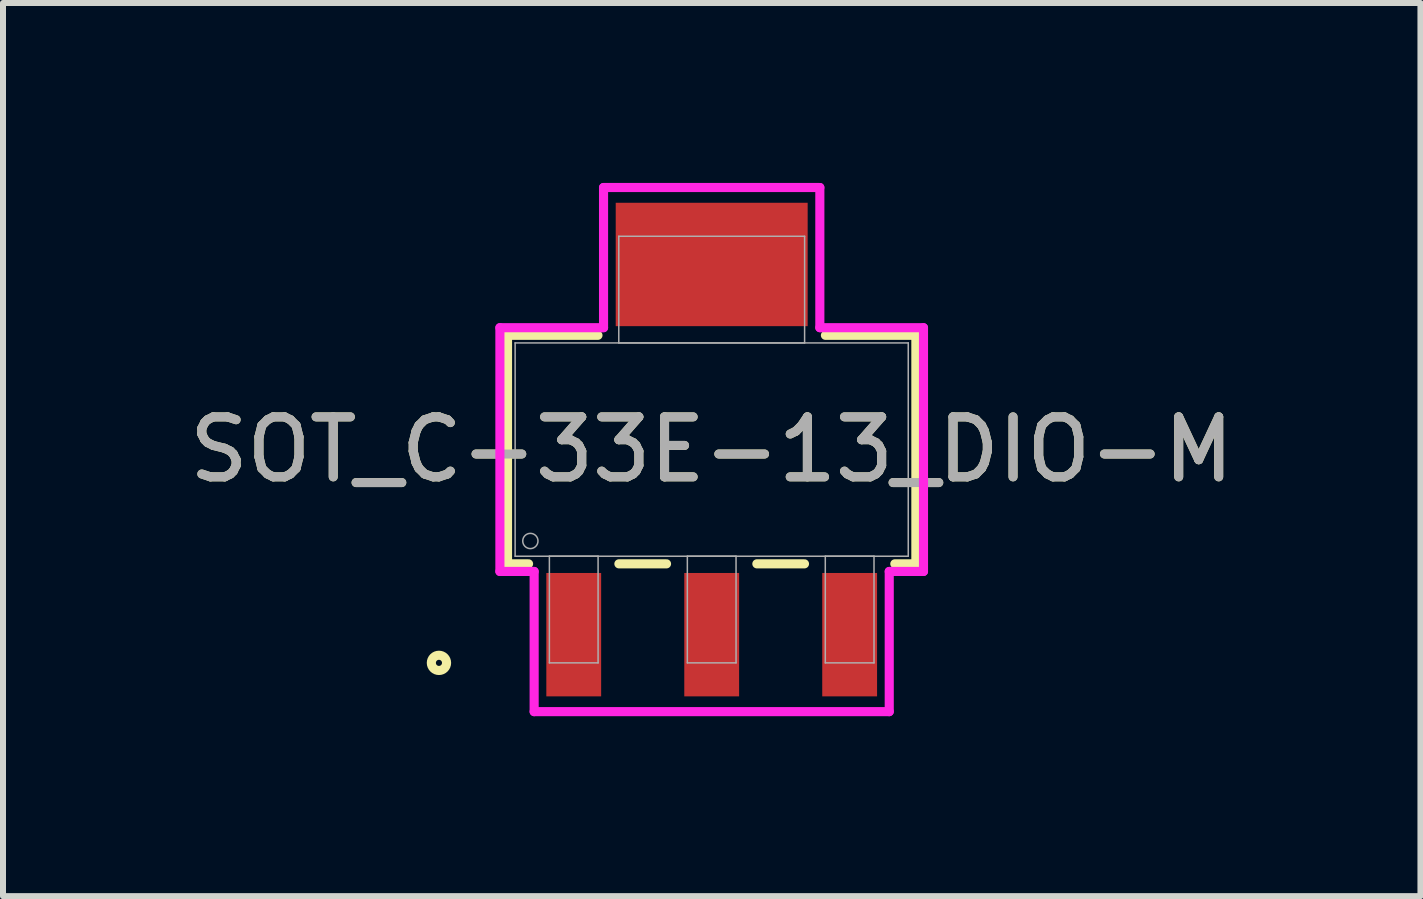
<source format=kicad_pcb>
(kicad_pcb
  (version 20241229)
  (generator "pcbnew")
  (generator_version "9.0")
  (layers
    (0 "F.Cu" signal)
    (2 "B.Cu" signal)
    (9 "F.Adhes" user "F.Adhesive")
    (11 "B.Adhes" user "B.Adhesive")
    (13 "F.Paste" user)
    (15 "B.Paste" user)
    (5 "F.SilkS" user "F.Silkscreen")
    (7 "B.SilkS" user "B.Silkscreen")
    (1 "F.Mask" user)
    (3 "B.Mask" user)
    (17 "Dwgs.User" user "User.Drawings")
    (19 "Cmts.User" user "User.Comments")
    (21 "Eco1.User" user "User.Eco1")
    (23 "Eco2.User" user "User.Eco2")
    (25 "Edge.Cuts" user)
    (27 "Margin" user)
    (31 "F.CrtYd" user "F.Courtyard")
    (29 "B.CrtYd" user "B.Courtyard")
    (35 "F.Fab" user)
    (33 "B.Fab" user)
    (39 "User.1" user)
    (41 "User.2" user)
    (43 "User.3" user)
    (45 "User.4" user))
  (footprint "SOT_C-33E-13_DIO-M"
    (layer "F.Cu")
    (at 8.815 4.445)
    (property "Reference" "SOT_C-33E-13_DIO-M" (at 0 0 0) (unlocked yes) (layer "F.SilkS") (effects (font (size 1 1) (thickness 0.15))))
    (attr smd)
    (fp_line (start -3.404 -1.905) (end -3.404 1.905) (stroke (width 0.152) (type solid)) (layer "F.SilkS"))
    (fp_line (start -3.404 1.905) (end -3.053 1.905) (stroke (width 0.152) (type solid)) (layer "F.SilkS"))
    (fp_line (start -1.896 -1.905) (end -3.404 -1.905) (stroke (width 0.152) (type solid)) (layer "F.SilkS"))
    (fp_line (start -1.547 1.905) (end -0.753 1.905) (stroke (width 0.152) (type solid)) (layer "F.SilkS"))
    (fp_line (start 0.753 1.905) (end 1.547 1.905) (stroke (width 0.152) (type solid)) (layer "F.SilkS"))
    (fp_line (start 3.053 1.905) (end 3.404 1.905) (stroke (width 0.152) (type solid)) (layer "F.SilkS"))
    (fp_line (start 3.404 -1.905) (end 1.896 -1.905) (stroke (width 0.152) (type solid)) (layer "F.SilkS"))
    (fp_line (start 3.404 1.905) (end 3.404 -1.905) (stroke (width 0.152) (type solid)) (layer "F.SilkS"))
    (fp_circle (center -4.547 3.556) (end -4.42 3.556) (stroke (width 0.152) (type solid)) (fill no) (layer "F.SilkS"))
    (fp_line (start -3.531 -2.032) (end -1.803 -2.032) (stroke (width 0.152) (type solid)) (layer "F.CrtYd"))
    (fp_line (start -3.531 2.032) (end -3.531 -2.032) (stroke (width 0.152) (type solid)) (layer "F.CrtYd"))
    (fp_line (start -2.96 2.032) (end -3.531 2.032) (stroke (width 0.152) (type solid)) (layer "F.CrtYd"))
    (fp_line (start -2.96 4.369) (end -2.96 2.032) (stroke (width 0.152) (type solid)) (layer "F.CrtYd"))
    (fp_line (start -1.803 -4.369) (end 1.803 -4.369) (stroke (width 0.152) (type solid)) (layer "F.CrtYd"))
    (fp_line (start -1.803 -2.032) (end -1.803 -4.369) (stroke (width 0.152) (type solid)) (layer "F.CrtYd"))
    (fp_line (start 1.803 -4.369) (end 1.803 -2.032) (stroke (width 0.152) (type solid)) (layer "F.CrtYd"))
    (fp_line (start 1.803 -2.032) (end 3.531 -2.032) (stroke (width 0.152) (type solid)) (layer "F.CrtYd"))
    (fp_line (start 2.96 2.032) (end 2.96 4.369) (stroke (width 0.152) (type solid)) (layer "F.CrtYd"))
    (fp_line (start 2.96 4.369) (end -2.96 4.369) (stroke (width 0.152) (type solid)) (layer "F.CrtYd"))
    (fp_line (start 3.531 -2.032) (end 3.531 2.032) (stroke (width 0.152) (type solid)) (layer "F.CrtYd"))
    (fp_line (start 3.531 2.032) (end 2.96 2.032) (stroke (width 0.152) (type solid)) (layer "F.CrtYd"))
    (fp_line (start -3.277 -1.778) (end -3.277 1.778) (stroke (width 0.025) (type solid)) (layer "F.Fab"))
    (fp_line (start -3.277 1.778) (end 3.277 1.778) (stroke (width 0.025) (type solid)) (layer "F.Fab"))
    (fp_line (start -2.706 1.778) (end -2.706 3.556) (stroke (width 0.025) (type solid)) (layer "F.Fab"))
    (fp_line (start -2.706 3.556) (end -1.894 3.556) (stroke (width 0.025) (type solid)) (layer "F.Fab"))
    (fp_line (start -1.894 1.778) (end -2.706 1.778) (stroke (width 0.025) (type solid)) (layer "F.Fab"))
    (fp_line (start -1.894 3.556) (end -1.894 1.778) (stroke (width 0.025) (type solid)) (layer "F.Fab"))
    (fp_line (start -1.549 -3.556) (end -1.549 -1.778) (stroke (width 0.025) (type solid)) (layer "F.Fab"))
    (fp_line (start -1.549 -1.778) (end 1.549 -1.778) (stroke (width 0.025) (type solid)) (layer "F.Fab"))
    (fp_line (start -0.406 1.778) (end -0.406 3.556) (stroke (width 0.025) (type solid)) (layer "F.Fab"))
    (fp_line (start -0.406 3.556) (end 0.406 3.556) (stroke (width 0.025) (type solid)) (layer "F.Fab"))
    (fp_line (start 0.406 1.778) (end -0.406 1.778) (stroke (width 0.025) (type solid)) (layer "F.Fab"))
    (fp_line (start 0.406 3.556) (end 0.406 1.778) (stroke (width 0.025) (type solid)) (layer "F.Fab"))
    (fp_line (start 1.549 -3.556) (end -1.549 -3.556) (stroke (width 0.025) (type solid)) (layer "F.Fab"))
    (fp_line (start 1.549 -1.778) (end 1.549 -3.556) (stroke (width 0.025) (type solid)) (layer "F.Fab"))
    (fp_line (start 1.894 1.778) (end 1.894 3.556) (stroke (width 0.025) (type solid)) (layer "F.Fab"))
    (fp_line (start 1.894 3.556) (end 2.706 3.556) (stroke (width 0.025) (type solid)) (layer "F.Fab"))
    (fp_line (start 2.706 1.778) (end 1.894 1.778) (stroke (width 0.025) (type solid)) (layer "F.Fab"))
    (fp_line (start 2.706 3.556) (end 2.706 1.778) (stroke (width 0.025) (type solid)) (layer "F.Fab"))
    (fp_line (start 3.277 -1.778) (end -3.277 -1.778) (stroke (width 0.025) (type solid)) (layer "F.Fab"))
    (fp_line (start 3.277 1.778) (end 3.277 -1.778) (stroke (width 0.025) (type solid)) (layer "F.Fab"))
    (fp_circle (center -3.023 1.524) (end -2.896 1.524) (stroke (width 0.025) (type solid)) (fill no) (layer "F.Fab"))
    (fp_text user "${REFERENCE}" (at 0 0 0) (unlocked yes) (layer "F.Fab") (effects (font (size 1 1) (thickness 0.15))))
    (pad "1" smd rect (at -2.3 3.086) (size 0.914 2.057) (layers "F.Cu" "F.Mask" "F.Paste"))
    (pad "2" smd rect (at 0 3.086) (size 0.914 2.057) (layers "F.Cu" "F.Mask" "F.Paste"))
    (pad "3" smd rect (at 2.3 3.086) (size 0.914 2.057) (layers "F.Cu" "F.Mask" "F.Paste"))
    (pad "4" smd rect (at 0 -3.086) (size 3.2 2.057) (layers "F.Cu" "F.Mask" "F.Paste")))
  (gr_rect
    (start -3 -3)
    (end 20.631 11.89)
    (stroke (width 0.1) (type default))
    (fill no)
    (layer "Edge.Cuts")))
</source>
